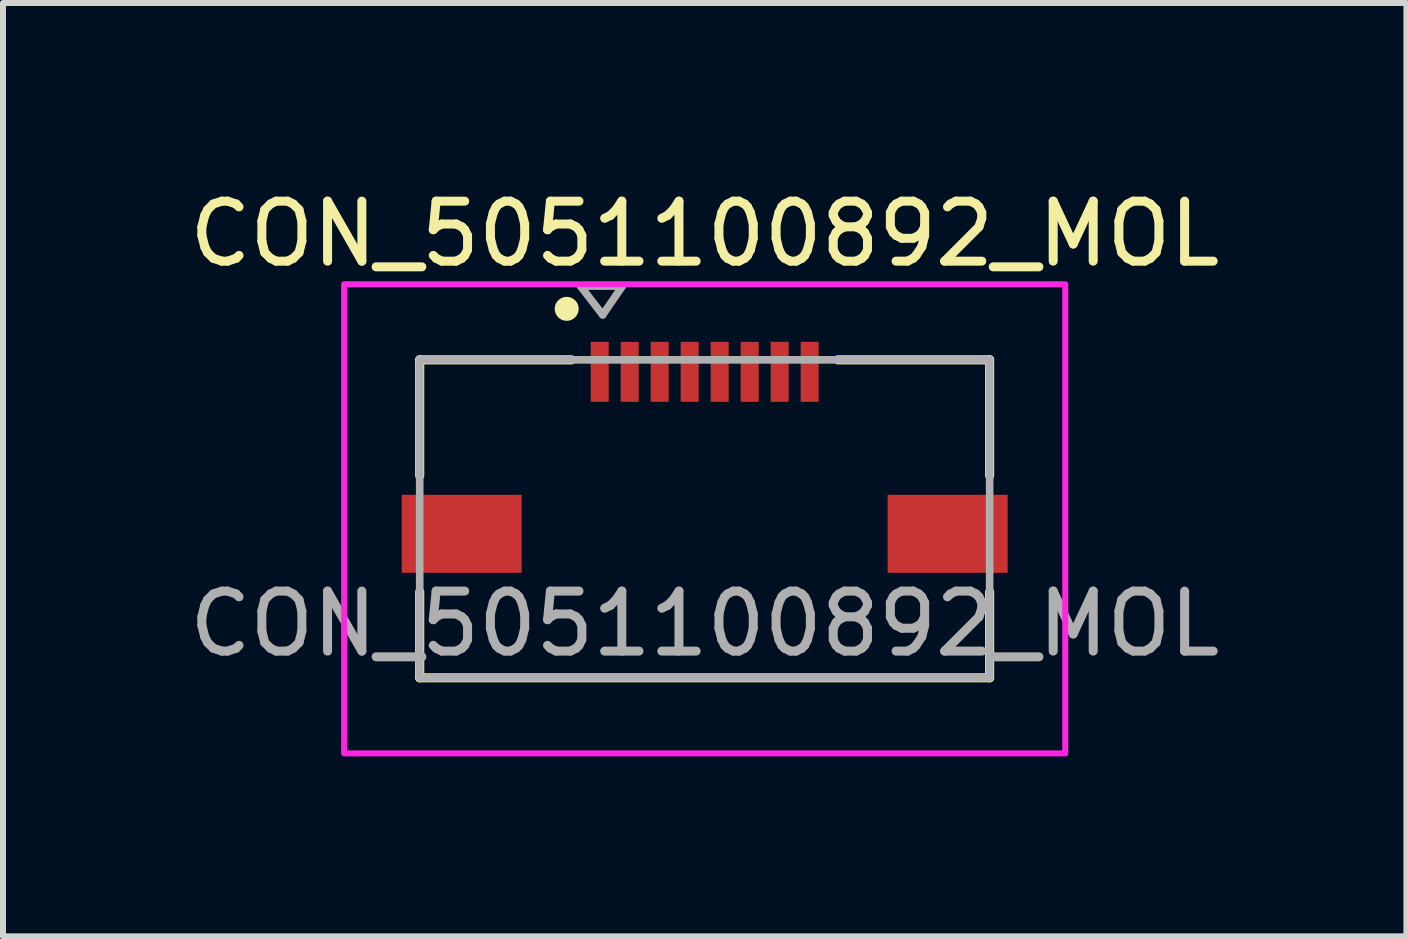
<source format=kicad_pcb>
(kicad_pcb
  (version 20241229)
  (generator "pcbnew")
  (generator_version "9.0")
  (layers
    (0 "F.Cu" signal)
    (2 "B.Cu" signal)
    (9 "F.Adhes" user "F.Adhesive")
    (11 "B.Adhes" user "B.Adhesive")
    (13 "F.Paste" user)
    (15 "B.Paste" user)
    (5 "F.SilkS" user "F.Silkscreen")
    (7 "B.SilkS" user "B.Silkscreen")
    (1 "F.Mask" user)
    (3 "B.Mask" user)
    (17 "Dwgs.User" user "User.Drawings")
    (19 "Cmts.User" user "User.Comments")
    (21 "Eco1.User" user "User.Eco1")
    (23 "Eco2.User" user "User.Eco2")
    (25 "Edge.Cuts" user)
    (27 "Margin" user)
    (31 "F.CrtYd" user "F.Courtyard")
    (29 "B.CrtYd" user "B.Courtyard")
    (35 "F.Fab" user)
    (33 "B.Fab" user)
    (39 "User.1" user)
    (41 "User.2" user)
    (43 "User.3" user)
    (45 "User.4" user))
  (footprint "CON_5051100892_MOL"
    (layer "F.Cu")
    (at 8.696 5.598)
    (property "Reference" "CON_5051100892_MOL" (at 0 -4.75 0) (unlocked yes) (layer "F.SilkS") (effects (font (size 1 1) (thickness 0.15))))
    (attr smd)
    (fp_line (start -4.75 -2.65) (end -4.75 -0.72) (stroke (width 0.152) (type solid)) (layer "F.SilkS"))
    (fp_line (start -4.75 1.22) (end -4.75 2.65) (stroke (width 0.152) (type solid)) (layer "F.SilkS"))
    (fp_line (start -4.75 2.65) (end 4.75 2.65) (stroke (width 0.152) (type solid)) (layer "F.SilkS"))
    (fp_line (start -2.22 -2.65) (end -4.75 -2.65) (stroke (width 0.152) (type solid)) (layer "F.SilkS"))
    (fp_line (start 4.75 -2.65) (end 2.22 -2.65) (stroke (width 0.152) (type solid)) (layer "F.SilkS"))
    (fp_line (start 4.75 -0.72) (end 4.75 -2.65) (stroke (width 0.152) (type solid)) (layer "F.SilkS"))
    (fp_line (start 4.75 2.65) (end 4.75 1.22) (stroke (width 0.152) (type solid)) (layer "F.SilkS"))
    (fp_circle (center -2.3 -3.5) (end -2.3 -3.7) (stroke (width 0) (type solid)) (fill yes) (layer "F.SilkS"))
    (fp_rect (start -6.01 -3.91) (end 6.01 3.91) (stroke (width 0.1) (type solid)) (fill no) (layer "F.CrtYd"))
    (fp_line (start -4.75 -2.65) (end -4.75 2.65) (stroke (width 0.127) (type solid)) (layer "F.Fab"))
    (fp_line (start -4.75 2.65) (end 4.75 2.65) (stroke (width 0.127) (type solid)) (layer "F.Fab"))
    (fp_line (start -2.071 -3.88) (end -1.7 -3.4) (stroke (width 0.127) (type solid)) (layer "F.Fab"))
    (fp_line (start -2.071 -3.88) (end -1.371 -3.88) (stroke (width 0.127) (type solid)) (layer "F.Fab"))
    (fp_line (start -1.371 -3.88) (end -1.7 -3.4) (stroke (width 0.127) (type solid)) (layer "F.Fab"))
    (fp_line (start 4.75 -2.65) (end -4.75 -2.65) (stroke (width 0.127) (type solid)) (layer "F.Fab"))
    (fp_line (start 4.75 2.65) (end 4.75 -2.65) (stroke (width 0.127) (type solid)) (layer "F.Fab"))
    (fp_text user "${REFERENCE}" (at 0 1.75 0) (unlocked yes) (layer "F.Fab") (effects (font (size 1 1) (thickness 0.15))))
    (pad "1" smd rect (at -1.75 -2.45) (size 0.3 1) (layers "F.Cu" "F.Mask" "F.Paste"))
    (pad "2" smd rect (at -1.25 -2.45) (size 0.3 1) (layers "F.Cu" "F.Mask" "F.Paste"))
    (pad "3" smd rect (at -0.75 -2.45) (size 0.3 1) (layers "F.Cu" "F.Mask" "F.Paste"))
    (pad "4" smd rect (at -0.25 -2.45) (size 0.3 1) (layers "F.Cu" "F.Mask" "F.Paste"))
    (pad "5" smd rect (at 0.25 -2.45) (size 0.3 1) (layers "F.Cu" "F.Mask" "F.Paste"))
    (pad "6" smd rect (at 0.75 -2.45) (size 0.3 1) (layers "F.Cu" "F.Mask" "F.Paste"))
    (pad "7" smd rect (at 1.25 -2.45) (size 0.3 1) (layers "F.Cu" "F.Mask" "F.Paste"))
    (pad "8" smd rect (at 1.75 -2.45) (size 0.3 1) (layers "F.Cu" "F.Mask" "F.Paste"))
    (pad "MP" smd rect (at -4.05 0.25) (size 2 1.3) (layers "F.Cu" "F.Mask" "F.Paste"))
    (pad "MP" smd rect (at 4.05 0.25) (size 2 1.3) (layers "F.Cu" "F.Mask" "F.Paste")))
  (gr_rect
    (start -3 -3)
    (end 20.393 12.558)
    (stroke (width 0.1) (type default))
    (fill no)
    (layer "Edge.Cuts")))
</source>
